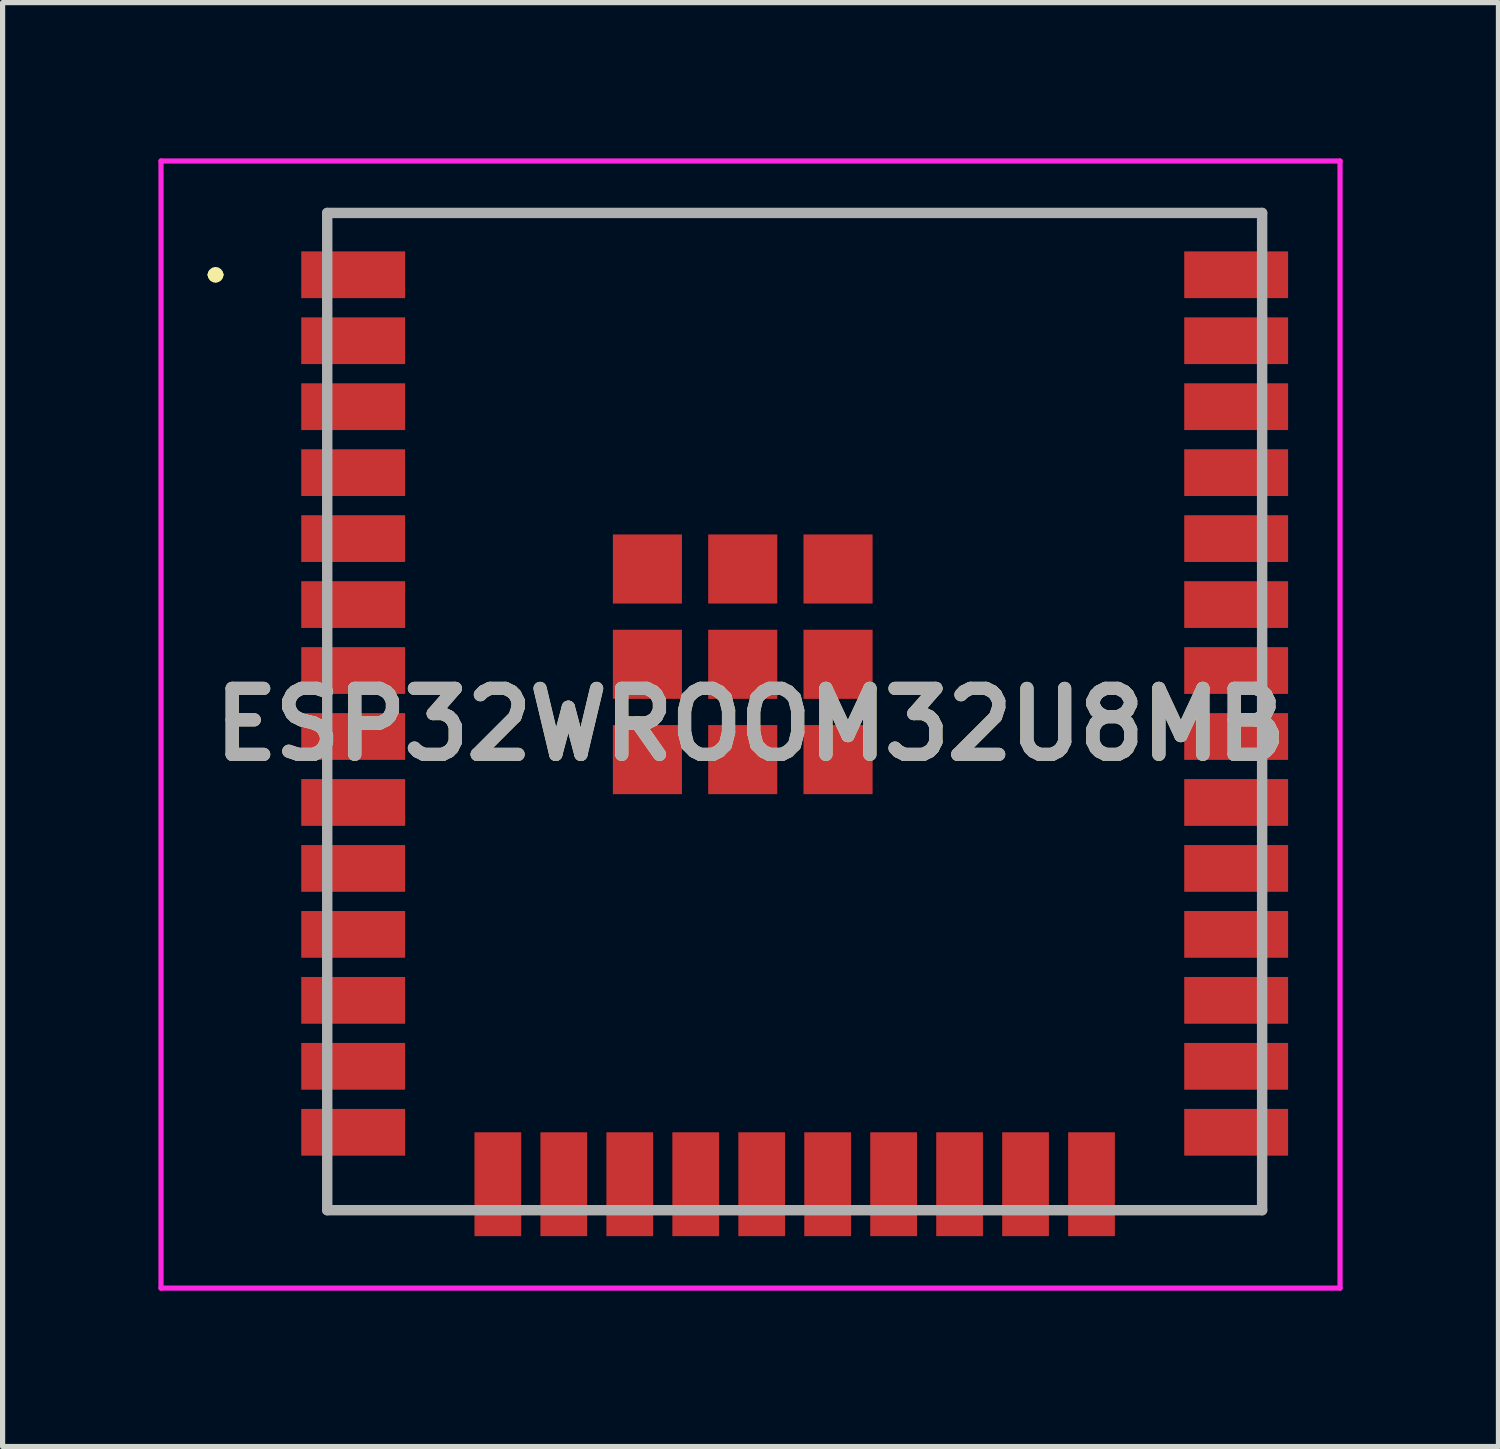
<source format=kicad_pcb>
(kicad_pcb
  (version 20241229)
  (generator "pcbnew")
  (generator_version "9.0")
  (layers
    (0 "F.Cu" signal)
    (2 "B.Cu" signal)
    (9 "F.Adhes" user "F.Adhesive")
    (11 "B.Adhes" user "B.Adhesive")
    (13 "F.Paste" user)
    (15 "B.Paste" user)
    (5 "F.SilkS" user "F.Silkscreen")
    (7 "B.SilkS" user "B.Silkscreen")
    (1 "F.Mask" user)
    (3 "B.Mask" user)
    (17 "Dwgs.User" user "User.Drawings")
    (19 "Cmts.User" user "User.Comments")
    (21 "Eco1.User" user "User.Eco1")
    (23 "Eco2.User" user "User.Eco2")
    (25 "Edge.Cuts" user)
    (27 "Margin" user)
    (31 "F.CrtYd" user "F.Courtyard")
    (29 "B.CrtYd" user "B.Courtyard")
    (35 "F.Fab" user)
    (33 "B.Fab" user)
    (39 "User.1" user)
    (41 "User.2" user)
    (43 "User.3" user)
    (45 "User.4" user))
  (footprint "ESP32WROOM32U8MB"
    (layer "F.Cu")
    (at 11.15 10.65)
    (property "Reference" "ESP32WROOM32U8MB" (at 0.25 0.25 0) (layer "F.SilkS") (effects (font (size 1.27 1.27) (thickness 0.254))))
    (attr smd)
    (fp_line (start -10.1 -8.41) (end -10.1 -8.41) (stroke (width 0.2) (type solid)) (layer "F.SilkS"))
    (fp_line (start -10.1 -8.41) (end -10.1 -8.41) (stroke (width 0.2) (type solid)) (layer "F.SilkS"))
    (fp_line (start -10 -8.41) (end -10 -8.41) (stroke (width 0.2) (type solid)) (layer "F.SilkS"))
    (fp_line (start -7.9 -9.6) (end 10.1 -9.6) (stroke (width 0.1) (type solid)) (layer "F.SilkS"))
    (fp_line (start -5.36 9.6) (end -7.9 9.6) (stroke (width 0.1) (type solid)) (layer "F.SilkS"))
    (fp_line (start 10.1 9.6) (end 7.55 9.6) (stroke (width 0.1) (type solid)) (layer "F.SilkS"))
    (fp_arc (start -10.1 -8.41) (mid -10.05 -8.46) (end -10 -8.41) (stroke (width 0.2) (type solid)) (layer "F.SilkS"))
    (fp_arc (start -10 -8.41) (mid -10.05 -8.36) (end -10.1 -8.41) (stroke (width 0.2) (type solid)) (layer "F.SilkS"))
    (fp_arc (start -10 -8.41) (mid -10.05 -8.36) (end -10.1 -8.41) (stroke (width 0.2) (type solid)) (layer "F.SilkS"))
    (fp_line (start -11.1 -10.6) (end 11.6 -10.6) (stroke (width 0.1) (type solid)) (layer "F.CrtYd"))
    (fp_line (start -11.1 11.1) (end -11.1 -10.6) (stroke (width 0.1) (type solid)) (layer "F.CrtYd"))
    (fp_line (start 11.6 -10.6) (end 11.6 11.1) (stroke (width 0.1) (type solid)) (layer "F.CrtYd"))
    (fp_line (start 11.6 11.1) (end -11.1 11.1) (stroke (width 0.1) (type solid)) (layer "F.CrtYd"))
    (fp_line (start -7.9 -9.6) (end -7.9 9.6) (stroke (width 0.2) (type solid)) (layer "F.Fab"))
    (fp_line (start -7.9 9.6) (end 10.1 9.6) (stroke (width 0.2) (type solid)) (layer "F.Fab"))
    (fp_line (start 10.1 -9.6) (end -7.9 -9.6) (stroke (width 0.2) (type solid)) (layer "F.Fab"))
    (fp_line (start 10.1 9.6) (end 10.1 -9.6) (stroke (width 0.2) (type solid)) (layer "F.Fab"))
    (fp_text user "${REFERENCE}" (at 0.25 0.25 0) (layer "F.Fab") (effects (font (size 1.27 1.27) (thickness 0.254))))
    (pad "1" smd rect (at -7.4 -8.41 90) (size 0.9 2) (layers "F.Cu" "F.Mask" "F.Paste"))
    (pad "2" smd rect (at -7.4 -7.14 90) (size 0.9 2) (layers "F.Cu" "F.Mask" "F.Paste"))
    (pad "3" smd rect (at -7.4 -5.87 90) (size 0.9 2) (layers "F.Cu" "F.Mask" "F.Paste"))
    (pad "4" smd rect (at -7.4 -4.6 90) (size 0.9 2) (layers "F.Cu" "F.Mask" "F.Paste"))
    (pad "5" smd rect (at -7.4 -3.33 90) (size 0.9 2) (layers "F.Cu" "F.Mask" "F.Paste"))
    (pad "6" smd rect (at -7.4 -2.06 90) (size 0.9 2) (layers "F.Cu" "F.Mask" "F.Paste"))
    (pad "7" smd rect (at -7.4 -0.79 90) (size 0.9 2) (layers "F.Cu" "F.Mask" "F.Paste"))
    (pad "8" smd rect (at -7.4 0.48 90) (size 0.9 2) (layers "F.Cu" "F.Mask" "F.Paste"))
    (pad "9" smd rect (at -7.4 1.75 90) (size 0.9 2) (layers "F.Cu" "F.Mask" "F.Paste"))
    (pad "10" smd rect (at -7.4 3.02 90) (size 0.9 2) (layers "F.Cu" "F.Mask" "F.Paste"))
    (pad "11" smd rect (at -7.4 4.29 90) (size 0.9 2) (layers "F.Cu" "F.Mask" "F.Paste"))
    (pad "12" smd rect (at -7.4 5.56 90) (size 0.9 2) (layers "F.Cu" "F.Mask" "F.Paste"))
    (pad "13" smd rect (at -7.4 6.83 90) (size 0.9 2) (layers "F.Cu" "F.Mask" "F.Paste"))
    (pad "14" smd rect (at -7.4 8.1 90) (size 0.9 2) (layers "F.Cu" "F.Mask" "F.Paste"))
    (pad "15" smd rect (at -4.615 9.1) (size 0.9 2) (layers "F.Cu" "F.Mask" "F.Paste"))
    (pad "16" smd rect (at -3.345 9.1) (size 0.9 2) (layers "F.Cu" "F.Mask" "F.Paste"))
    (pad "17" smd rect (at -2.075 9.1) (size 0.9 2) (layers "F.Cu" "F.Mask" "F.Paste"))
    (pad "18" smd rect (at -0.805 9.1) (size 0.9 2) (layers "F.Cu" "F.Mask" "F.Paste"))
    (pad "19" smd rect (at 0.465 9.1) (size 0.9 2) (layers "F.Cu" "F.Mask" "F.Paste"))
    (pad "20" smd rect (at 1.735 9.1) (size 0.9 2) (layers "F.Cu" "F.Mask" "F.Paste"))
    (pad "21" smd rect (at 3.005 9.1) (size 0.9 2) (layers "F.Cu" "F.Mask" "F.Paste"))
    (pad "22" smd rect (at 4.275 9.1) (size 0.9 2) (layers "F.Cu" "F.Mask" "F.Paste"))
    (pad "23" smd rect (at 5.545 9.1) (size 0.9 2) (layers "F.Cu" "F.Mask" "F.Paste"))
    (pad "24" smd rect (at 6.815 9.1) (size 0.9 2) (layers "F.Cu" "F.Mask" "F.Paste"))
    (pad "25" smd rect (at 9.6 8.1 90) (size 0.9 2) (layers "F.Cu" "F.Mask" "F.Paste"))
    (pad "26" smd rect (at 9.6 6.83 90) (size 0.9 2) (layers "F.Cu" "F.Mask" "F.Paste"))
    (pad "27" smd rect (at 9.6 5.56 90) (size 0.9 2) (layers "F.Cu" "F.Mask" "F.Paste"))
    (pad "28" smd rect (at 9.6 4.29 90) (size 0.9 2) (layers "F.Cu" "F.Mask" "F.Paste"))
    (pad "29" smd rect (at 9.6 3.02 90) (size 0.9 2) (layers "F.Cu" "F.Mask" "F.Paste"))
    (pad "30" smd rect (at 9.6 1.75 90) (size 0.9 2) (layers "F.Cu" "F.Mask" "F.Paste"))
    (pad "31" smd rect (at 9.6 0.48 90) (size 0.9 2) (layers "F.Cu" "F.Mask" "F.Paste"))
    (pad "32" smd rect (at 9.6 -0.79 90) (size 0.9 2) (layers "F.Cu" "F.Mask" "F.Paste"))
    (pad "33" smd rect (at 9.6 -2.06 90) (size 0.9 2) (layers "F.Cu" "F.Mask" "F.Paste"))
    (pad "34" smd rect (at 9.6 -3.33 90) (size 0.9 2) (layers "F.Cu" "F.Mask" "F.Paste"))
    (pad "35" smd rect (at 9.6 -4.6 90) (size 0.9 2) (layers "F.Cu" "F.Mask" "F.Paste"))
    (pad "36" smd rect (at 9.6 -5.87 90) (size 0.9 2) (layers "F.Cu" "F.Mask" "F.Paste"))
    (pad "37" smd rect (at 9.6 -7.14 90) (size 0.9 2) (layers "F.Cu" "F.Mask" "F.Paste"))
    (pad "38" smd rect (at 9.6 -8.41 90) (size 0.9 2) (layers "F.Cu" "F.Mask" "F.Paste"))
    (pad "39" smd rect (at 1.935 -2.745 90) (size 1.33 1.33) (layers "F.Cu" "F.Mask" "F.Paste"))
    (pad "40" smd rect (at 0.1 -2.745 90) (size 1.33 1.33) (layers "F.Cu" "F.Mask" "F.Paste"))
    (pad "41" smd rect (at -1.735 -2.745 90) (size 1.33 1.33) (layers "F.Cu" "F.Mask" "F.Paste"))
    (pad "42" smd rect (at 1.935 -0.91 90) (size 1.33 1.33) (layers "F.Cu" "F.Mask" "F.Paste"))
    (pad "43" smd rect (at 0.1 -0.91 90) (size 1.33 1.33) (layers "F.Cu" "F.Mask" "F.Paste"))
    (pad "44" smd rect (at -1.735 -0.91 90) (size 1.33 1.33) (layers "F.Cu" "F.Mask" "F.Paste"))
    (pad "45" smd rect (at 1.935 0.925 90) (size 1.33 1.33) (layers "F.Cu" "F.Mask" "F.Paste"))
    (pad "46" smd rect (at 0.1 0.925 90) (size 1.33 1.33) (layers "F.Cu" "F.Mask" "F.Paste"))
    (pad "47" smd rect (at -1.735 0.925 90) (size 1.33 1.33) (layers "F.Cu" "F.Mask" "F.Paste")))
  (gr_rect
    (start -3 -3)
    (end 25.8 24.8)
    (stroke (width 0.1) (type default))
    (fill no)
    (layer "Edge.Cuts")))
</source>
